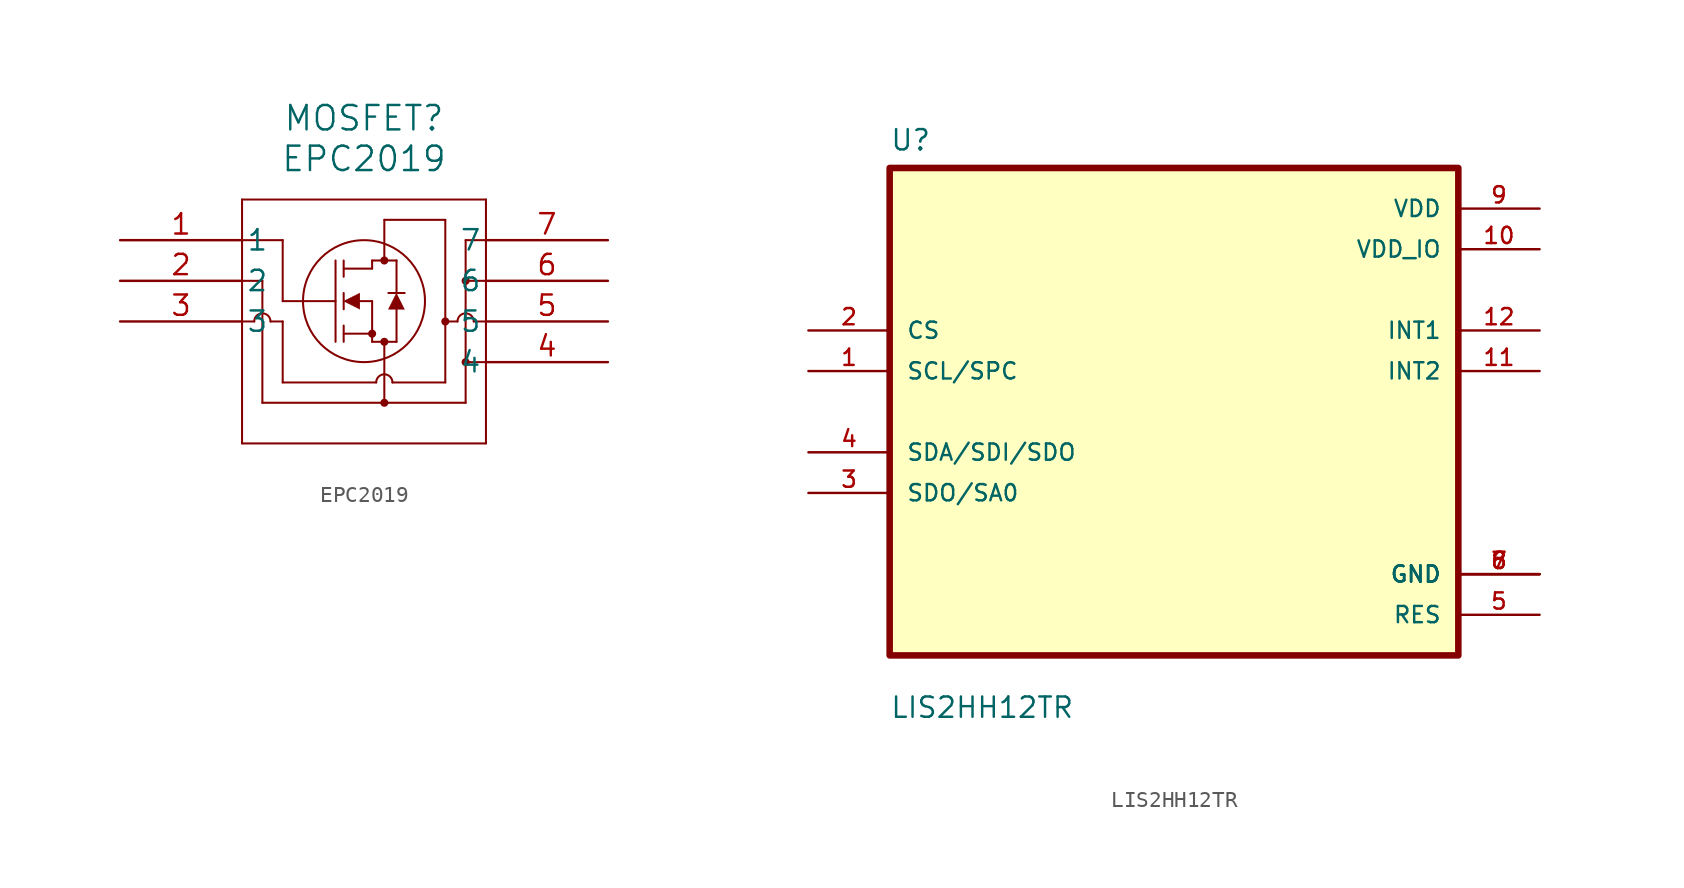
<source format=kicad_sym>
(kicad_symbol_lib
  (version 20211014)
  (generator kicad_symbol_editor)
  (symbol "EPC2019"
    (pin_names
      (offset 0.254))
    (property "Reference" "MOSFET"
      (at 15.24 7.62 0)
      (effects (font (size 1.524 1.524))))
    (property "Value" "EPC2019"
      (at 15.24 5.08 0)
      (effects (font (size 1.524 1.524))))
    (symbol "EPC2019_0_1"
      (polyline (pts (xy 7.62 2.54) (xy 7.62 -12.7)) (stroke (width 0.127) (type default) (color 0 0 0 0)) (fill (type none)))
      (polyline (pts (xy 7.62 -12.7) (xy 22.86 -12.7)) (stroke (width 0.127) (type default) (color 0 0 0 0)) (fill (type none)))
      (polyline (pts (xy 22.86 -12.7) (xy 22.86 2.54)) (stroke (width 0.127) (type default) (color 0 0 0 0)) (fill (type none)))
      (polyline (pts (xy 22.86 2.54) (xy 7.62 2.54)) (stroke (width 0.127) (type default) (color 0 0 0 0)) (fill (type none)))
      (circle (center 16.51 -1.27) (radius 0.127) (stroke (width 0.254) (type default) (color 0 0 0 0)) (fill (type none)))
      (circle (center 16.51 -6.35) (radius 0.127) (stroke (width 0.254) (type default) (color 0 0 0 0)) (fill (type none)))
      (circle (center 15.748 -5.842) (radius 0.127) (stroke (width 0.254) (type default) (color 0 0 0 0)) (fill (type none)))
      (circle (center 15.24 -3.81) (radius 3.81) (stroke (width 0.127) (type default) (color 0 0 0 0)) (fill (type none)))
      (polyline (pts (xy 13.462 -6.35) (xy 13.462 -1.27)) (stroke (width 0.127) (type default) (color 0 0 0 0)) (fill (type none)))
      (polyline (pts (xy 13.97 -4.318) (xy 13.97 -3.302)) (stroke (width 0.127) (type default) (color 0 0 0 0)) (fill (type none)))
      (polyline (pts (xy 13.97 -6.35) (xy 13.97 -5.334)) (stroke (width 0.127) (type default) (color 0 0 0 0)) (fill (type none)))
      (polyline (pts (xy 13.97 -2.286) (xy 13.97 -1.27)) (stroke (width 0.127) (type default) (color 0 0 0 0)) (fill (type none)))
      (polyline (pts (xy 14.986 -3.81) (xy 15.748 -3.81)) (stroke (width 0.127) (type default) (color 0 0 0 0)) (fill (type none)))
      (polyline (pts (xy 13.97 -5.842) (xy 15.748 -5.842)) (stroke (width 0.127) (type default) (color 0 0 0 0)) (fill (type none)))
      (polyline (pts (xy 15.748 -6.35) (xy 15.748 -3.81)) (stroke (width 0.127) (type default) (color 0 0 0 0)) (fill (type none)))
      (polyline (pts (xy 15.748 -6.35) (xy 17.272 -6.35)) (stroke (width 0.127) (type default) (color 0 0 0 0)) (fill (type none)))
      (polyline (pts (xy 13.97 -1.778) (xy 15.748 -1.778)) (stroke (width 0.127) (type default) (color 0 0 0 0)) (fill (type none)))
      (polyline (pts (xy 17.272 -3.302) (xy 17.272 -1.27)) (stroke (width 0.127) (type default) (color 0 0 0 0)) (fill (type none)))
      (polyline (pts (xy 17.272 -6.35) (xy 17.272 -4.318)) (stroke (width 0.127) (type default) (color 0 0 0 0)) (fill (type none)))
      (polyline (pts (xy 17.78 -3.302) (xy 16.764 -3.302)) (stroke (width 0.127) (type default) (color 0 0 0 0)) (fill (type none)))
      (polyline (pts (xy 15.748 -1.27) (xy 17.272 -1.27)) (stroke (width 0.127) (type default) (color 0 0 0 0)) (fill (type none)))
      (polyline (pts (xy 15.748 -1.778) (xy 15.748 -1.27)) (stroke (width 0.127) (type default) (color 0 0 0 0)) (fill (type none)))
      (polyline (pts (xy 14.986 -3.302) (xy 13.97 -3.81) (xy 14.986 -4.318)) (stroke (width 0.025) (type default) (color 0 0 0 0)) (fill (type outline)))
      (polyline (pts (xy 17.78 -4.318) (xy 16.764 -4.318) (xy 17.272 -3.302)) (stroke (width 0.025) (type default) (color 0 0 0 0)) (fill (type outline)))
      (polyline (pts (xy 13.462 -3.81) (xy 10.16 -3.81)) (stroke (width 0.127) (type default) (color 0 0 0 0)) (fill (type none)))
      (polyline (pts (xy 10.16 -3.81) (xy 10.16 0)) (stroke (width 0.127) (type default) (color 0 0 0 0)) (fill (type none)))
      (polyline (pts (xy 10.16 0) (xy 7.62 0)) (stroke (width 0.127) (type default) (color 0 0 0 0)) (fill (type none)))
      (polyline (pts (xy 21.082 -5.08) (xy 20.32 -5.08)) (stroke (width 0.127) (type default) (color 0 0 0 0)) (fill (type none)))
      (polyline (pts (xy 7.62 -5.08) (xy 8.382 -5.08)) (stroke (width 0.127) (type default) (color 0 0 0 0)) (fill (type none)))
      (polyline (pts (xy 10.16 -5.08) (xy 10.16 -8.89)) (stroke (width 0.127) (type default) (color 0 0 0 0)) (fill (type none)))
      (polyline (pts (xy 10.16 -8.89) (xy 16.002 -8.89)) (stroke (width 0.127) (type default) (color 0 0 0 0)) (fill (type none)))
      (polyline (pts (xy 20.32 -8.89) (xy 20.32 1.27)) (stroke (width 0.127) (type default) (color 0 0 0 0)) (fill (type none)))
      (polyline (pts (xy 16.51 1.27) (xy 20.32 1.27)) (stroke (width 0.127) (type default) (color 0 0 0 0)) (fill (type none)))
      (polyline (pts (xy 16.51 1.27) (xy 16.51 -1.27)) (stroke (width 0.127) (type default) (color 0 0 0 0)) (fill (type none)))
      (polyline (pts (xy 22.86 0) (xy 21.59 0)) (stroke (width 0.127) (type default) (color 0 0 0 0)) (fill (type none)))
      (polyline (pts (xy 22.86 -2.54) (xy 21.59 -2.54)) (stroke (width 0.127) (type default) (color 0 0 0 0)) (fill (type none)))
      (polyline (pts (xy 21.59 0) (xy 21.59 -10.16)) (stroke (width 0.127) (type default) (color 0 0 0 0)) (fill (type none)))
      (polyline (pts (xy 22.86 -7.62) (xy 21.59 -7.62)) (stroke (width 0.127) (type default) (color 0 0 0 0)) (fill (type none)))
      (polyline (pts (xy 7.62 -2.54) (xy 8.89 -2.54)) (stroke (width 0.127) (type default) (color 0 0 0 0)) (fill (type none)))
      (polyline (pts (xy 8.89 -2.54) (xy 8.89 -10.16)) (stroke (width 0.127) (type default) (color 0 0 0 0)) (fill (type none)))
      (polyline (pts (xy 8.89 -10.16) (xy 21.59 -10.16)) (stroke (width 0.127) (type default) (color 0 0 0 0)) (fill (type none)))
      (polyline (pts (xy 16.51 -10.16) (xy 16.51 -6.35)) (stroke (width 0.127) (type default) (color 0 0 0 0)) (fill (type none)))
      (arc (start 9.398 -5.08) (mid 8.89 -4.572) (end 8.382 -5.08) (stroke (width 0.127) (type default) (color 0 0 0 0)) (fill (type none)))
      (arc (start 17.018 -8.89) (mid 16.51 -8.382) (end 16.002 -8.89) (stroke (width 0.127) (type default) (color 0 0 0 0)) (fill (type none)))
      (arc (start 22.098 -5.08) (mid 21.59 -4.572) (end 21.082 -5.08) (stroke (width 0.127) (type default) (color 0 0 0 0)) (fill (type none)))
      (polyline (pts (xy 9.398 -5.08) (xy 10.16 -5.08)) (stroke (width 0.127) (type default) (color 0 0 0 0)) (fill (type none)))
      (polyline (pts (xy 17.018 -8.89) (xy 20.32 -8.89)) (stroke (width 0.127) (type default) (color 0 0 0 0)) (fill (type none)))
      (polyline (pts (xy 22.098 -5.08) (xy 22.86 -5.08)) (stroke (width 0.127) (type default) (color 0 0 0 0)) (fill (type none)))
      (circle (center 16.51 -10.16) (radius 0.127) (stroke (width 0.254) (type default) (color 0 0 0 0)) (fill (type none)))
      (circle (center 21.59 -7.62) (radius 0.127) (stroke (width 0.254) (type default) (color 0 0 0 0)) (fill (type none)))
      (circle (center 21.59 -2.54) (radius 0.127) (stroke (width 0.254) (type default) (color 0 0 0 0)) (fill (type none)))
      (circle (center 20.32 -5.08) (radius 0.127) (stroke (width 0.254) (type default) (color 0 0 0 0)) (fill (type none)))
      (pin unspecified line (at 0 0 0) (length 7.62) (name "1" (effects (font (size 1.27 1.27)))) (number "1" (effects (font (size 1.27 1.27)))))
      (pin unspecified line (at 0 -2.54 0) (length 7.62) (name "2" (effects (font (size 1.27 1.27)))) (number "2" (effects (font (size 1.27 1.27)))))
      (pin unspecified line (at 0 -5.08 0) (length 7.62) (name "3" (effects (font (size 1.27 1.27)))) (number "3" (effects (font (size 1.27 1.27)))))
      (pin unspecified line (at 30.48 -7.62 180) (length 7.62) (name "4" (effects (font (size 1.27 1.27)))) (number "4" (effects (font (size 1.27 1.27)))))
      (pin unspecified line (at 30.48 -5.08 180) (length 7.62) (name "5" (effects (font (size 1.27 1.27)))) (number "5" (effects (font (size 1.27 1.27)))))
      (pin unspecified line (at 30.48 -2.54 180) (length 7.62) (name "6" (effects (font (size 1.27 1.27)))) (number "6" (effects (font (size 1.27 1.27)))))
      (pin unspecified line (at 30.48 0 180) (length 7.62) (name "7" (effects (font (size 1.27 1.27)))) (number "7" (effects (font (size 1.27 1.27)))))))
  (symbol "LIS2HH12TR"
    (pin_names
      (offset 1.016))
    (property "Reference" "U"
      (at -17.78 16.24 0.0)
      (effects (font (size 1.27 1.27)) (justify bottom left)))
    (property "Value" "LIS2HH12TR"
      (at -17.78 -19.24 0.0)
      (effects (font (size 1.27 1.27)) (justify bottom left)))
    (symbol "LIS2HH12TR_0_0"
      (rectangle (start -17.78 -15.24) (end 17.78 15.24) (stroke (width 0.41)) (fill (type background)))
      (pin input line (at -22.86 5.08 0) (length 5.08) (name "CS" (effects (font (size 1.016 1.016)))) (number "2" (effects (font (size 1.016 1.016)))))
      (pin output line (at 22.86 5.08 180.0) (length 5.08) (name "INT1" (effects (font (size 1.016 1.016)))) (number "12" (effects (font (size 1.016 1.016)))))
      (pin output line (at 22.86 2.54 180.0) (length 5.08) (name "INT2" (effects (font (size 1.016 1.016)))) (number "11" (effects (font (size 1.016 1.016)))))
      (pin input line (at -22.86 2.54 0) (length 5.08) (name "SCL/SPC" (effects (font (size 1.016 1.016)))) (number "1" (effects (font (size 1.016 1.016)))))
      (pin bidirectional line (at -22.86 -2.54 0) (length 5.08) (name "SDA/SDI/SDO" (effects (font (size 1.016 1.016)))) (number "4" (effects (font (size 1.016 1.016)))))
      (pin bidirectional line (at -22.86 -5.08 0) (length 5.08) (name "SDO/SA0" (effects (font (size 1.016 1.016)))) (number "3" (effects (font (size 1.016 1.016)))))
      (pin power_in line (at 22.86 12.7 180.0) (length 5.08) (name "VDD" (effects (font (size 1.016 1.016)))) (number "9" (effects (font (size 1.016 1.016)))))
      (pin power_in line (at 22.86 10.16 180.0) (length 5.08) (name "VDD_IO" (effects (font (size 1.016 1.016)))) (number "10" (effects (font (size 1.016 1.016)))))
      (pin power_in line (at 22.86 -10.16 180.0) (length 5.08) (name "GND" (effects (font (size 1.016 1.016)))) (number "6" (effects (font (size 1.016 1.016)))))
      (pin power_in line (at 22.86 -10.16 180.0) (length 5.08) (name "GND" (effects (font (size 1.016 1.016)))) (number "7" (effects (font (size 1.016 1.016)))))
      (pin power_in line (at 22.86 -10.16 180.0) (length 5.08) (name "GND" (effects (font (size 1.016 1.016)))) (number "8" (effects (font (size 1.016 1.016)))))
      (pin power_in line (at 22.86 -12.7 180.0) (length 5.08) (name "RES" (effects (font (size 1.016 1.016)))) (number "5" (effects (font (size 1.016 1.016))))))))
</source>
